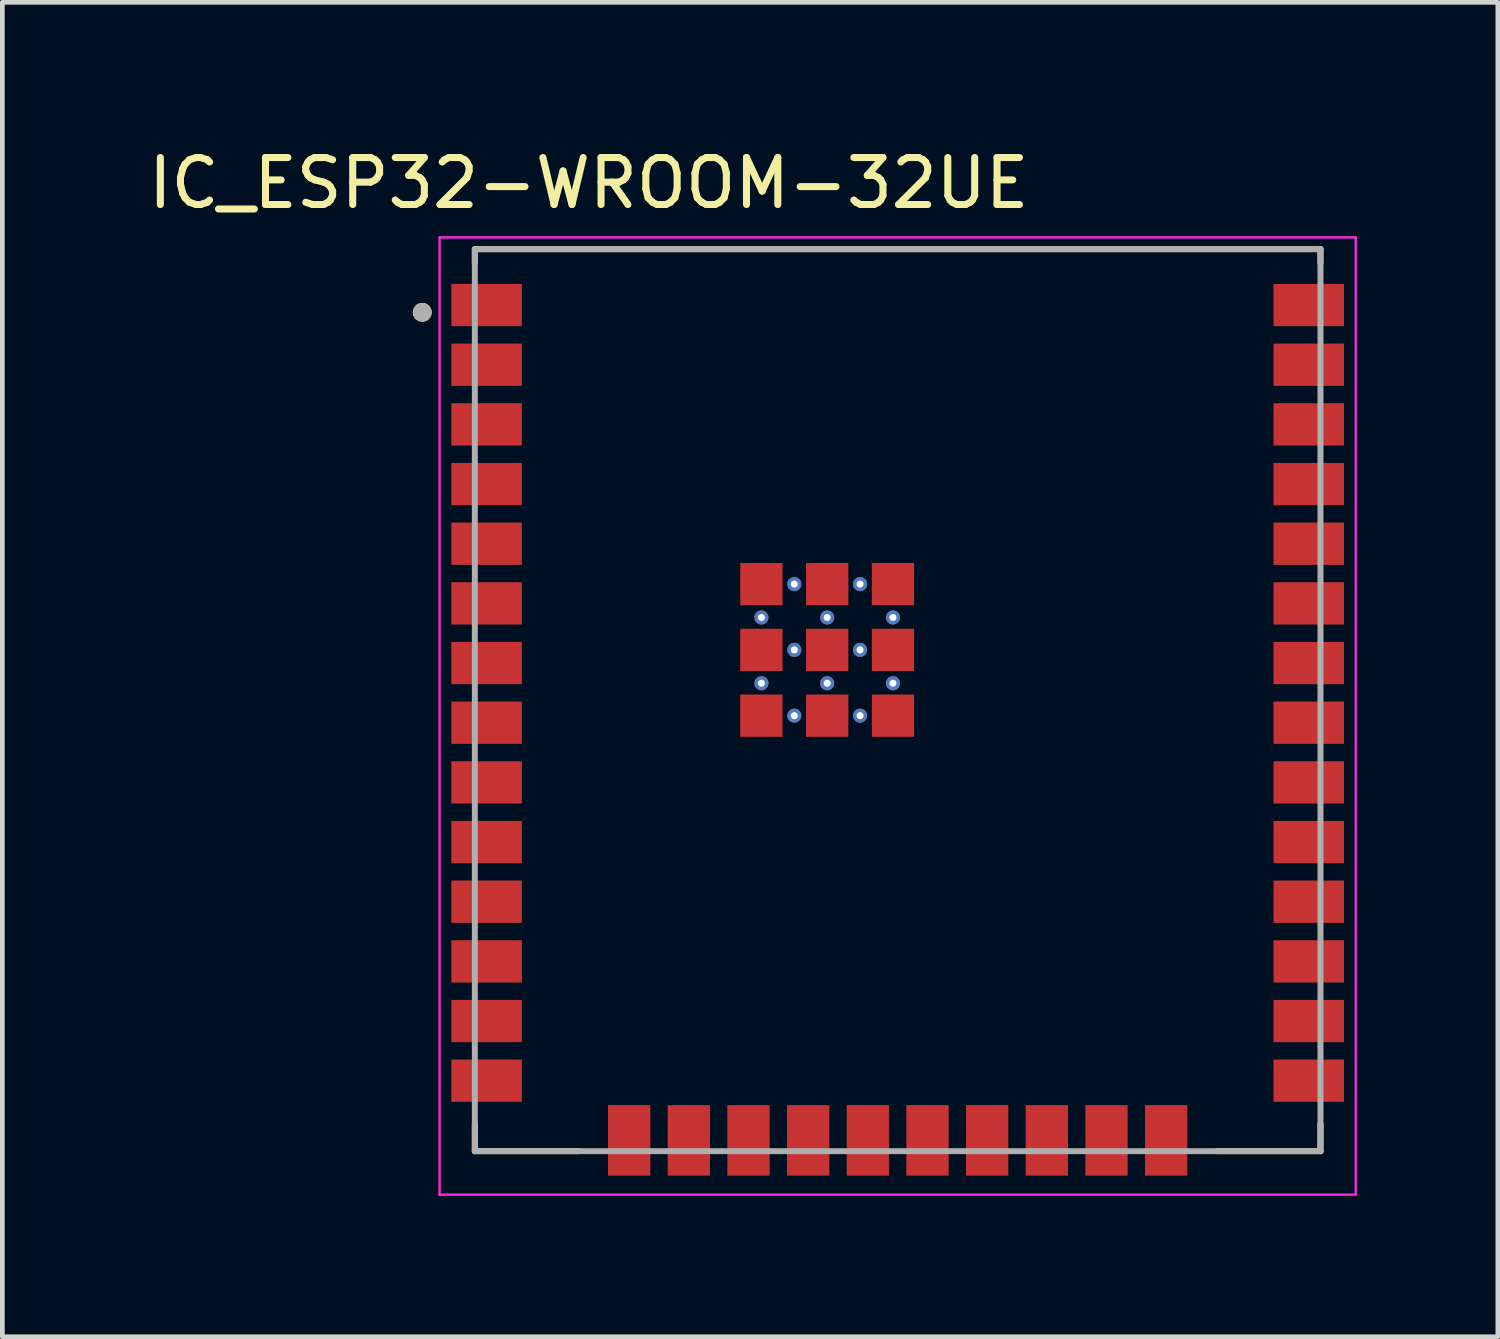
<source format=kicad_pcb>
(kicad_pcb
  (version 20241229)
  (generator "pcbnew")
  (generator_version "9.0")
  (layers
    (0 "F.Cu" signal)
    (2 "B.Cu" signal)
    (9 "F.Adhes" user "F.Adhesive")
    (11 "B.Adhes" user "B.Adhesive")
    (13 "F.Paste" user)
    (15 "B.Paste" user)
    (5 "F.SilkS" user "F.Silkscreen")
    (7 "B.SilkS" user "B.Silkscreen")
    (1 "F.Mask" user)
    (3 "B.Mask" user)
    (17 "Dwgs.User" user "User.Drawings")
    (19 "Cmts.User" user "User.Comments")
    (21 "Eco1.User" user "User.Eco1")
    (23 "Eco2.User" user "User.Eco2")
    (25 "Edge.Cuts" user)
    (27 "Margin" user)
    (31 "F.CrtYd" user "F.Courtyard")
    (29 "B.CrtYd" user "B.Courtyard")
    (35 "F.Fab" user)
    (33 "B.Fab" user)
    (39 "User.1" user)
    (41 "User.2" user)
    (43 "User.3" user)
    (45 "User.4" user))
  (footprint "IC_ESP32-WROOM-32UE"
    (layer "F.Cu")
    (at 16.057 11.853)
    (property "Reference" "IC_ESP32-WROOM-32UE" (at -6.575 -11.005 0) (layer "F.SilkS") (effects (font (size 1 1) (thickness 0.15))))
    (attr smd)
    (fp_line (start -9 -9.6) (end -9 -9.3) (stroke (width 0.127) (type solid)) (layer "F.SilkS"))
    (fp_line (start -9 -9.6) (end 9 -9.6) (stroke (width 0.127) (type solid)) (layer "F.SilkS"))
    (fp_line (start -9 9.6) (end -9 9.025) (stroke (width 0.127) (type solid)) (layer "F.SilkS"))
    (fp_line (start -6.8 9.6) (end -9 9.6) (stroke (width 0.127) (type solid)) (layer "F.SilkS"))
    (fp_line (start 9 -9.6) (end 9 -9.3) (stroke (width 0.127) (type solid)) (layer "F.SilkS"))
    (fp_line (start 9 9.6) (end 6.8 9.6) (stroke (width 0.127) (type solid)) (layer "F.SilkS"))
    (fp_line (start 9 9.6) (end 9 9.025) (stroke (width 0.127) (type solid)) (layer "F.SilkS"))
    (fp_circle (center -10.119 -8.255) (end -10.019 -8.255) (stroke (width 0.2) (type solid)) (fill no) (layer "F.SilkS"))
    (fp_line (start -9.75 -9.85) (end -9.75 10.525) (stroke (width 0.05) (type solid)) (layer "F.CrtYd"))
    (fp_line (start -9.75 10.525) (end 9.75 10.525) (stroke (width 0.05) (type solid)) (layer "F.CrtYd"))
    (fp_line (start 9.75 -9.85) (end -9.75 -9.85) (stroke (width 0.05) (type solid)) (layer "F.CrtYd"))
    (fp_line (start 9.75 10.525) (end 9.75 -9.85) (stroke (width 0.05) (type solid)) (layer "F.CrtYd"))
    (fp_line (start -9 -9.6) (end 9 -9.6) (stroke (width 0.127) (type solid)) (layer "F.Fab"))
    (fp_line (start -9 9.6) (end -9 -9.6) (stroke (width 0.127) (type solid)) (layer "F.Fab"))
    (fp_line (start 9 -9.6) (end 9 9.6) (stroke (width 0.127) (type solid)) (layer "F.Fab"))
    (fp_line (start 9 9.6) (end -9 9.6) (stroke (width 0.127) (type solid)) (layer "F.Fab"))
    (fp_circle (center -10.119 -8.255) (end -10.019 -8.255) (stroke (width 0.2) (type solid)) (fill no) (layer "F.Fab"))
    (pad "1" smd rect (at -8.75 -8.41) (size 1.5 0.9) (layers "F.Cu" "F.Mask" "F.Paste"))
    (pad "2" smd rect (at -8.75 -7.14) (size 1.5 0.9) (layers "F.Cu" "F.Mask" "F.Paste"))
    (pad "3" smd rect (at -8.75 -5.87) (size 1.5 0.9) (layers "F.Cu" "F.Mask" "F.Paste"))
    (pad "4" smd rect (at -8.75 -4.6) (size 1.5 0.9) (layers "F.Cu" "F.Mask" "F.Paste"))
    (pad "5" smd rect (at -8.75 -3.33) (size 1.5 0.9) (layers "F.Cu" "F.Mask" "F.Paste"))
    (pad "6" smd rect (at -8.75 -2.06) (size 1.5 0.9) (layers "F.Cu" "F.Mask" "F.Paste"))
    (pad "7" smd rect (at -8.75 -0.79) (size 1.5 0.9) (layers "F.Cu" "F.Mask" "F.Paste"))
    (pad "8" smd rect (at -8.75 0.48) (size 1.5 0.9) (layers "F.Cu" "F.Mask" "F.Paste"))
    (pad "9" smd rect (at -8.75 1.75) (size 1.5 0.9) (layers "F.Cu" "F.Mask" "F.Paste"))
    (pad "10" smd rect (at -8.75 3.02) (size 1.5 0.9) (layers "F.Cu" "F.Mask" "F.Paste"))
    (pad "11" smd rect (at -8.75 4.29) (size 1.5 0.9) (layers "F.Cu" "F.Mask" "F.Paste"))
    (pad "12" smd rect (at -8.75 5.56) (size 1.5 0.9) (layers "F.Cu" "F.Mask" "F.Paste"))
    (pad "13" smd rect (at -8.75 6.83) (size 1.5 0.9) (layers "F.Cu" "F.Mask" "F.Paste"))
    (pad "14" smd rect (at -8.75 8.1) (size 1.5 0.9) (layers "F.Cu" "F.Mask" "F.Paste"))
    (pad "15" smd rect (at -5.715 9.37) (size 0.9 1.5) (layers "F.Cu" "F.Mask" "F.Paste"))
    (pad "16" smd rect (at -4.445 9.37) (size 0.9 1.5) (layers "F.Cu" "F.Mask" "F.Paste"))
    (pad "17" smd rect (at -3.175 9.37) (size 0.9 1.5) (layers "F.Cu" "F.Mask" "F.Paste"))
    (pad "18" smd rect (at -1.905 9.37) (size 0.9 1.5) (layers "F.Cu" "F.Mask" "F.Paste"))
    (pad "19" smd rect (at -0.635 9.37) (size 0.9 1.5) (layers "F.Cu" "F.Mask" "F.Paste"))
    (pad "20" smd rect (at 0.635 9.37) (size 0.9 1.5) (layers "F.Cu" "F.Mask" "F.Paste"))
    (pad "21" smd rect (at 1.905 9.37) (size 0.9 1.5) (layers "F.Cu" "F.Mask" "F.Paste"))
    (pad "22" smd rect (at 3.175 9.37) (size 0.9 1.5) (layers "F.Cu" "F.Mask" "F.Paste"))
    (pad "23" smd rect (at 4.445 9.37) (size 0.9 1.5) (layers "F.Cu" "F.Mask" "F.Paste"))
    (pad "24" smd rect (at 5.715 9.37) (size 0.9 1.5) (layers "F.Cu" "F.Mask" "F.Paste"))
    (pad "25" smd rect (at 8.75 8.1) (size 1.5 0.9) (layers "F.Cu" "F.Mask" "F.Paste"))
    (pad "26" smd rect (at 8.75 6.83) (size 1.5 0.9) (layers "F.Cu" "F.Mask" "F.Paste"))
    (pad "27" smd rect (at 8.75 5.56) (size 1.5 0.9) (layers "F.Cu" "F.Mask" "F.Paste"))
    (pad "28" smd rect (at 8.75 4.29) (size 1.5 0.9) (layers "F.Cu" "F.Mask" "F.Paste"))
    (pad "29" smd rect (at 8.75 3.02) (size 1.5 0.9) (layers "F.Cu" "F.Mask" "F.Paste"))
    (pad "30" smd rect (at 8.75 1.75) (size 1.5 0.9) (layers "F.Cu" "F.Mask" "F.Paste"))
    (pad "31" smd rect (at 8.75 0.48) (size 1.5 0.9) (layers "F.Cu" "F.Mask" "F.Paste"))
    (pad "32" smd rect (at 8.75 -0.79) (size 1.5 0.9) (layers "F.Cu" "F.Mask" "F.Paste"))
    (pad "33" smd rect (at 8.75 -2.06) (size 1.5 0.9) (layers "F.Cu" "F.Mask" "F.Paste"))
    (pad "34" smd rect (at 8.75 -3.33) (size 1.5 0.9) (layers "F.Cu" "F.Mask" "F.Paste"))
    (pad "35" smd rect (at 8.75 -4.6) (size 1.5 0.9) (layers "F.Cu" "F.Mask" "F.Paste"))
    (pad "36" smd rect (at 8.75 -5.87) (size 1.5 0.9) (layers "F.Cu" "F.Mask" "F.Paste"))
    (pad "37" smd rect (at 8.75 -7.14) (size 1.5 0.9) (layers "F.Cu" "F.Mask" "F.Paste"))
    (pad "38" smd rect (at 8.75 -8.41) (size 1.5 0.9) (layers "F.Cu" "F.Mask" "F.Paste"))
    (pad "39" smd rect (at -2.9 -2.47) (size 0.9 0.9) (layers "F.Cu" "F.Mask" "F.Paste"))
    (pad "40" thru_hole circle (at -2.2 -2.47) (size 0.3 0.3) (drill 0.15) (layers "*.Cu" "*.Mask"))
    (pad "41" smd rect (at -1.5 -2.47) (size 0.9 0.9) (layers "F.Cu" "F.Mask" "F.Paste"))
    (pad "42" thru_hole circle (at -0.8 -2.47) (size 0.3 0.3) (drill 0.15) (layers "*.Cu" "*.Mask"))
    (pad "43" smd rect (at -0.1 -2.47) (size 0.9 0.9) (layers "F.Cu" "F.Mask" "F.Paste"))
    (pad "44" thru_hole circle (at -2.9 -1.76) (size 0.3 0.3) (drill 0.15) (layers "*.Cu" "*.Mask"))
    (pad "45" thru_hole circle (at -1.5 -1.76) (size 0.3 0.3) (drill 0.15) (layers "*.Cu" "*.Mask"))
    (pad "46" thru_hole circle (at -0.1 -1.76) (size 0.3 0.3) (drill 0.15) (layers "*.Cu" "*.Mask"))
    (pad "47" smd rect (at -2.9 -1.07) (size 0.9 0.9) (layers "F.Cu" "F.Mask" "F.Paste"))
    (pad "48" thru_hole circle (at -2.2 -1.07) (size 0.3 0.3) (drill 0.15) (layers "*.Cu" "*.Mask"))
    (pad "49" smd rect (at -1.5 -1.07) (size 0.9 0.9) (layers "F.Cu" "F.Mask" "F.Paste"))
    (pad "50" thru_hole circle (at -0.8 -1.07) (size 0.3 0.3) (drill 0.15) (layers "*.Cu" "*.Mask"))
    (pad "51" smd rect (at -0.1 -1.07) (size 0.9 0.9) (layers "F.Cu" "F.Mask" "F.Paste"))
    (pad "52" thru_hole circle (at -2.9 -0.36) (size 0.3 0.3) (drill 0.15) (layers "*.Cu" "*.Mask"))
    (pad "53" thru_hole circle (at -1.5 -0.36) (size 0.3 0.3) (drill 0.15) (layers "*.Cu" "*.Mask"))
    (pad "54" thru_hole circle (at -0.1 -0.36) (size 0.3 0.3) (drill 0.15) (layers "*.Cu" "*.Mask"))
    (pad "55" smd rect (at -2.9 0.33) (size 0.9 0.9) (layers "F.Cu" "F.Mask" "F.Paste"))
    (pad "56" thru_hole circle (at -2.2 0.33) (size 0.3 0.3) (drill 0.15) (layers "*.Cu" "*.Mask"))
    (pad "57" smd rect (at -1.5 0.33) (size 0.9 0.9) (layers "F.Cu" "F.Mask" "F.Paste"))
    (pad "58" thru_hole circle (at -0.8 0.33) (size 0.3 0.3) (drill 0.15) (layers "*.Cu" "*.Mask"))
    (pad "59" smd rect (at -0.1 0.33) (size 0.9 0.9) (layers "F.Cu" "F.Mask" "F.Paste")))
  (gr_rect
    (start -3 -3)
    (end 28.832 25.403)
    (stroke (width 0.1) (type default))
    (fill no)
    (layer "Edge.Cuts")))
</source>
